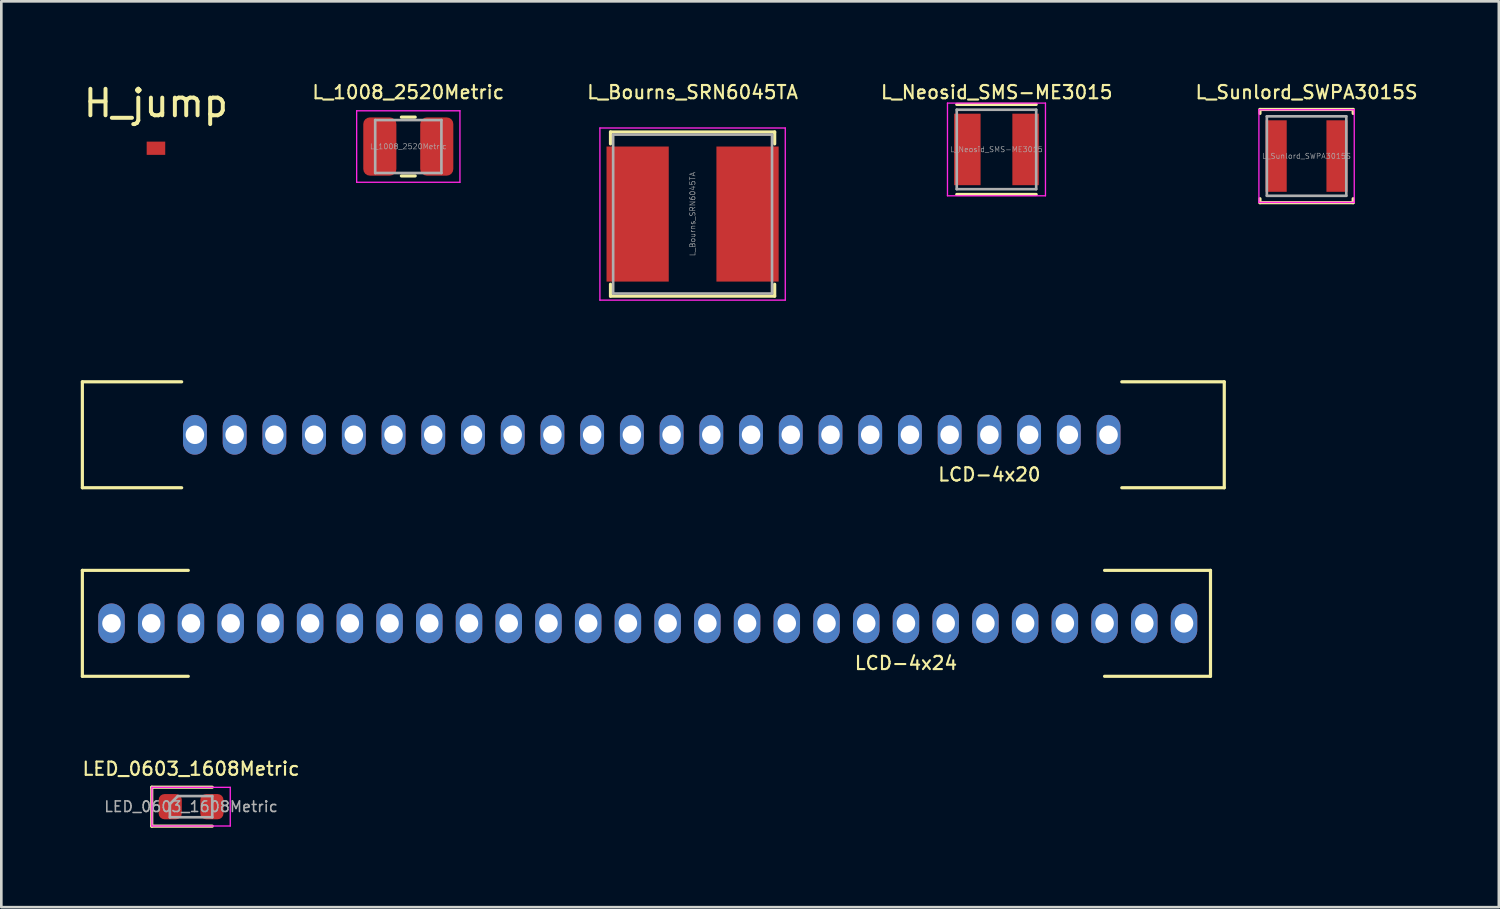
<source format=kicad_pcb>
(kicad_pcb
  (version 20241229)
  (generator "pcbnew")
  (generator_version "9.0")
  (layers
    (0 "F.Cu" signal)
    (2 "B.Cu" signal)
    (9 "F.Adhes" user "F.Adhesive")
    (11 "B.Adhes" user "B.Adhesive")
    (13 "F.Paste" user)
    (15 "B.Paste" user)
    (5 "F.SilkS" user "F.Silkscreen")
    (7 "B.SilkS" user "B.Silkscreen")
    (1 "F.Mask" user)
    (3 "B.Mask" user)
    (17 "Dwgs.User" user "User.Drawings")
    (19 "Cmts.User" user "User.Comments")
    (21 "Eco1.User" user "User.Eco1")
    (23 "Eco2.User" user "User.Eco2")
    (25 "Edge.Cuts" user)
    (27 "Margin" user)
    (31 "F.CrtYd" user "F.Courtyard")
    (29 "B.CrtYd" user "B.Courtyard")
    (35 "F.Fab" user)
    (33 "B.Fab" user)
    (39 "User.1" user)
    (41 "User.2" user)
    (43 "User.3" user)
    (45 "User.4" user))
  (footprint "H_jump"
    (layer "F.Cu")
    (at 2.839 2.548)
    (property "Reference" "H_jump" (at 0 -1.7 0) (layer "F.SilkS") (effects (font (size 1 1) (thickness 0.15))))
    (attr through_hole)
    (pad "1" connect custom (at 0 0) (size 0.7 0.5) (layers "F.Cu" "F.Mask") (options (anchor rect)) (primitives)))
  (footprint "LED_0603_1608Metric"
    (layer "F.Cu")
    (at 4.165 27.411)
    (property "Reference" "LED_0603_1608Metric" (at 0 -1.43 0) (layer "F.SilkS") (effects (font (size 0.5 0.5) (thickness 0.08))))
    (attr smd)
    (fp_line (start -1.485 -0.735) (end -1.485 0.735) (stroke (width 0.12) (type solid)) (layer "F.SilkS"))
    (fp_line (start -1.485 0.735) (end 0.8 0.735) (stroke (width 0.12) (type solid)) (layer "F.SilkS"))
    (fp_line (start 0.8 -0.735) (end -1.485 -0.735) (stroke (width 0.12) (type solid)) (layer "F.SilkS"))
    (fp_line (start -1.48 -0.73) (end 1.48 -0.73) (stroke (width 0.05) (type solid)) (layer "F.CrtYd"))
    (fp_line (start -1.48 0.73) (end -1.48 -0.73) (stroke (width 0.05) (type solid)) (layer "F.CrtYd"))
    (fp_line (start 1.48 -0.73) (end 1.48 0.73) (stroke (width 0.05) (type solid)) (layer "F.CrtYd"))
    (fp_line (start 1.48 0.73) (end -1.48 0.73) (stroke (width 0.05) (type solid)) (layer "F.CrtYd"))
    (fp_line (start -0.8 -0.1) (end -0.8 0.4) (stroke (width 0.1) (type solid)) (layer "F.Fab"))
    (fp_line (start -0.8 0.4) (end 0.8 0.4) (stroke (width 0.1) (type solid)) (layer "F.Fab"))
    (fp_line (start -0.5 -0.4) (end -0.8 -0.1) (stroke (width 0.1) (type solid)) (layer "F.Fab"))
    (fp_line (start 0.8 -0.4) (end -0.5 -0.4) (stroke (width 0.1) (type solid)) (layer "F.Fab"))
    (fp_line (start 0.8 0.4) (end 0.8 -0.4) (stroke (width 0.1) (type solid)) (layer "F.Fab"))
    (fp_text user "${REFERENCE}" (at 0 0 0) (layer "F.Fab") (effects (font (size 0.4 0.4) (thickness 0.06))))
    (pad "1" smd roundrect (at -0.787 0) (size 0.875 0.95) (layers "F.Cu" "F.Mask" "F.Paste") (roundrect_rratio 0.25))
    (pad "2" smd roundrect (at 0.787 0) (size 0.875 0.95) (layers "F.Cu" "F.Mask" "F.Paste") (roundrect_rratio 0.25)))
  (footprint "L_Sunlord_SWPA3015S"
    (layer "F.Cu")
    (at 46.288 2.843)
    (property "Reference" "L_Sunlord_SWPA3015S" (at 0 -2.41 0) (layer "F.SilkS") (effects (font (size 0.5 0.5) (thickness 0.08))))
    (attr smd)
    (fp_line (start -1.76 -1.76) (end -1.76 -1.61) (stroke (width 0.12) (type solid)) (layer "F.SilkS"))
    (fp_line (start -1.76 -1.76) (end 1.76 -1.76) (stroke (width 0.12) (type solid)) (layer "F.SilkS"))
    (fp_line (start -1.76 1.76) (end -1.76 1.61) (stroke (width 0.12) (type solid)) (layer "F.SilkS"))
    (fp_line (start -1.76 1.76) (end 1.76 1.76) (stroke (width 0.12) (type solid)) (layer "F.SilkS"))
    (fp_line (start 1.76 -1.76) (end 1.76 -1.61) (stroke (width 0.12) (type solid)) (layer "F.SilkS"))
    (fp_line (start 1.76 1.76) (end 1.76 1.61) (stroke (width 0.12) (type solid)) (layer "F.SilkS"))
    (fp_line (start -1.8 -1.75) (end -1.8 1.75) (stroke (width 0.05) (type solid)) (layer "F.CrtYd"))
    (fp_line (start -1.8 1.75) (end 1.8 1.75) (stroke (width 0.05) (type solid)) (layer "F.CrtYd"))
    (fp_line (start 1.8 -1.75) (end -1.8 -1.75) (stroke (width 0.05) (type solid)) (layer "F.CrtYd"))
    (fp_line (start 1.8 1.75) (end 1.8 -1.75) (stroke (width 0.05) (type solid)) (layer "F.CrtYd"))
    (fp_line (start -1.5 -1.5) (end -1.5 1.5) (stroke (width 0.1) (type solid)) (layer "F.Fab"))
    (fp_line (start -1.5 1.5) (end 1.5 1.5) (stroke (width 0.1) (type solid)) (layer "F.Fab"))
    (fp_line (start 1.5 -1.5) (end -1.5 -1.5) (stroke (width 0.1) (type solid)) (layer "F.Fab"))
    (fp_line (start 1.5 1.5) (end 1.5 -1.5) (stroke (width 0.1) (type solid)) (layer "F.Fab"))
    (fp_text user "${REFERENCE}" (at 0 0 0) (layer "F.Fab") (effects (font (size 0.2 0.2) (thickness 0.02))))
    (pad "1" smd rect (at -1.15 0) (size 0.8 2.7) (layers "F.Cu" "F.Mask" "F.Paste"))
    (pad "2" smd rect (at 1.15 0) (size 0.8 2.7) (layers "F.Cu" "F.Mask" "F.Paste")))
  (footprint "L_1008_2520Metric"
    (layer "F.Cu")
    (at 12.368 2.483)
    (property "Reference" "L_1008_2520Metric" (at 0 -2.05 0) (layer "F.SilkS") (effects (font (size 0.5 0.5) (thickness 0.08))))
    (attr smd)
    (fp_line (start -0.261 -1.11) (end 0.261 -1.11) (stroke (width 0.12) (type solid)) (layer "F.SilkS"))
    (fp_line (start -0.261 1.11) (end 0.261 1.11) (stroke (width 0.12) (type solid)) (layer "F.SilkS"))
    (fp_line (start -1.95 -1.35) (end 1.95 -1.35) (stroke (width 0.05) (type solid)) (layer "F.CrtYd"))
    (fp_line (start -1.95 1.35) (end -1.95 -1.35) (stroke (width 0.05) (type solid)) (layer "F.CrtYd"))
    (fp_line (start 1.95 -1.35) (end 1.95 1.35) (stroke (width 0.05) (type solid)) (layer "F.CrtYd"))
    (fp_line (start 1.95 1.35) (end -1.95 1.35) (stroke (width 0.05) (type solid)) (layer "F.CrtYd"))
    (fp_line (start -1.25 -1) (end 1.25 -1) (stroke (width 0.1) (type solid)) (layer "F.Fab"))
    (fp_line (start -1.25 1) (end -1.25 -1) (stroke (width 0.1) (type solid)) (layer "F.Fab"))
    (fp_line (start 1.25 -1) (end 1.25 1) (stroke (width 0.1) (type solid)) (layer "F.Fab"))
    (fp_line (start 1.25 1) (end -1.25 1) (stroke (width 0.1) (type solid)) (layer "F.Fab"))
    (fp_text user "${REFERENCE}" (at 0 0 0) (layer "F.Fab") (effects (font (size 0.2 0.2) (thickness 0.02))))
    (pad "1" smd roundrect (at -1.075 0) (size 1.25 2.2) (layers "F.Cu" "F.Mask" "F.Paste") (roundrect_rratio 0.2))
    (pad "2" smd roundrect (at 1.075 0) (size 1.25 2.2) (layers "F.Cu" "F.Mask" "F.Paste") (roundrect_rratio 0.2)))
  (footprint "LCD-4x24"
    (layer "F.Cu")
    (at 1.16 20.488)
    (property "Reference" "LCD-4x24" (at 30 1.5 0) (layer "F.SilkS") (effects (font (size 0.5 0.5) (thickness 0.08))))
    (attr through_hole)
    (fp_line (start -1.1 -2) (end 2.9 -2) (stroke (width 0.12) (type solid)) (layer "F.SilkS"))
    (fp_line (start -1.1 2) (end -1.1 -2) (stroke (width 0.12) (type solid)) (layer "F.SilkS"))
    (fp_line (start -1.1 2) (end 2.9 2) (stroke (width 0.12) (type solid)) (layer "F.SilkS"))
    (fp_line (start 41.5 -2) (end 37.5 -2) (stroke (width 0.12) (type solid)) (layer "F.SilkS"))
    (fp_line (start 41.5 -2) (end 41.5 2) (stroke (width 0.12) (type solid)) (layer "F.SilkS"))
    (fp_line (start 41.5 2) (end 37.5 2) (stroke (width 0.12) (type solid)) (layer "F.SilkS"))
    (pad "1" thru_hole oval (at 0 0) (size 1 1.5) (drill 0.7) (layers "*.Cu" "*.Mask"))
    (pad "2" thru_hole oval (at 1.5 0) (size 1 1.5) (drill 0.7) (layers "*.Cu" "*.Mask"))
    (pad "3" thru_hole oval (at 3 0) (size 1 1.5) (drill 0.7) (layers "*.Cu" "*.Mask"))
    (pad "4" thru_hole oval (at 4.5 0) (size 1 1.5) (drill 0.7) (layers "*.Cu" "*.Mask"))
    (pad "5" thru_hole oval (at 6 0) (size 1 1.5) (drill 0.7) (layers "*.Cu" "*.Mask"))
    (pad "6" thru_hole oval (at 7.5 0) (size 1 1.5) (drill 0.7) (layers "*.Cu" "*.Mask"))
    (pad "7" thru_hole oval (at 9 0) (size 1 1.5) (drill 0.7) (layers "*.Cu" "*.Mask"))
    (pad "8" thru_hole oval (at 10.5 0) (size 1 1.5) (drill 0.7) (layers "*.Cu" "*.Mask"))
    (pad "9" thru_hole oval (at 12 0) (size 1 1.5) (drill 0.7) (layers "*.Cu" "*.Mask"))
    (pad "10" thru_hole oval (at 13.5 0) (size 1 1.5) (drill 0.7) (layers "*.Cu" "*.Mask"))
    (pad "11" thru_hole oval (at 15 0) (size 1 1.5) (drill 0.7) (layers "*.Cu" "*.Mask"))
    (pad "12" thru_hole oval (at 16.5 0) (size 1 1.5) (drill 0.7) (layers "*.Cu" "*.Mask"))
    (pad "13" thru_hole oval (at 18 0) (size 1 1.5) (drill 0.7) (layers "*.Cu" "*.Mask"))
    (pad "14" thru_hole oval (at 19.5 0) (size 1 1.5) (drill 0.7) (layers "*.Cu" "*.Mask"))
    (pad "15" thru_hole oval (at 21 0) (size 1 1.5) (drill 0.7) (layers "*.Cu" "*.Mask"))
    (pad "16" thru_hole oval (at 22.5 0) (size 1 1.5) (drill 0.7) (layers "*.Cu" "*.Mask"))
    (pad "17" thru_hole oval (at 24 0) (size 1 1.5) (drill 0.7) (layers "*.Cu" "*.Mask"))
    (pad "18" thru_hole oval (at 25.5 0) (size 1 1.5) (drill 0.7) (layers "*.Cu" "*.Mask"))
    (pad "19" thru_hole oval (at 27 0) (size 1 1.5) (drill 0.7) (layers "*.Cu" "*.Mask"))
    (pad "20" thru_hole oval (at 28.5 0) (size 1 1.5) (drill 0.7) (layers "*.Cu" "*.Mask"))
    (pad "21" thru_hole oval (at 30 0) (size 1 1.5) (drill 0.7) (layers "*.Cu" "*.Mask"))
    (pad "22" thru_hole oval (at 31.5 0) (size 1 1.5) (drill 0.7) (layers "*.Cu" "*.Mask"))
    (pad "23" thru_hole oval (at 33 0) (size 1 1.5) (drill 0.7) (layers "*.Cu" "*.Mask"))
    (pad "24" thru_hole oval (at 34.5 0) (size 1 1.5) (drill 0.7) (layers "*.Cu" "*.Mask"))
    (pad "25" thru_hole oval (at 36 0) (size 1 1.5) (drill 0.7) (layers "*.Cu" "*.Mask"))
    (pad "26" thru_hole oval (at 37.5 0) (size 1 1.5) (drill 0.7) (layers "*.Cu" "*.Mask"))
    (pad "27" thru_hole oval (at 39 0) (size 1 1.5) (drill 0.7) (layers "*.Cu" "*.Mask"))
    (pad "28" thru_hole oval (at 40.5 0) (size 1 1.5) (drill 0.7) (layers "*.Cu" "*.Mask")))
  (footprint "L_Bourns_SRN6045TA"
    (layer "F.Cu")
    (at 23.103 5.033)
    (property "Reference" "L_Bourns_SRN6045TA" (at 0 -4.6 0) (layer "F.SilkS") (effects (font (size 0.5 0.5) (thickness 0.08))))
    (attr smd)
    (fp_line (start -3.1 -3.1) (end -3.1 -2.65) (stroke (width 0.12) (type solid)) (layer "F.SilkS"))
    (fp_line (start -3.1 -3.1) (end 3.1 -3.1) (stroke (width 0.12) (type solid)) (layer "F.SilkS"))
    (fp_line (start -3.1 3.1) (end -3.1 2.65) (stroke (width 0.12) (type solid)) (layer "F.SilkS"))
    (fp_line (start 3.1 -3.1) (end 3.1 -2.65) (stroke (width 0.12) (type solid)) (layer "F.SilkS"))
    (fp_line (start 3.1 3.1) (end -3.1 3.1) (stroke (width 0.12) (type solid)) (layer "F.SilkS"))
    (fp_line (start 3.1 3.1) (end 3.1 2.65) (stroke (width 0.12) (type solid)) (layer "F.SilkS"))
    (fp_line (start -3.5 -3.25) (end -3.5 3.25) (stroke (width 0.05) (type solid)) (layer "F.CrtYd"))
    (fp_line (start -3.5 3.25) (end 3.5 3.25) (stroke (width 0.05) (type solid)) (layer "F.CrtYd"))
    (fp_line (start 3.5 -3.25) (end -3.5 -3.25) (stroke (width 0.05) (type solid)) (layer "F.CrtYd"))
    (fp_line (start 3.5 3.25) (end 3.5 -3.25) (stroke (width 0.05) (type solid)) (layer "F.CrtYd"))
    (fp_line (start -3 -3) (end -3 3) (stroke (width 0.1) (type solid)) (layer "F.Fab"))
    (fp_line (start -3 -3) (end 3 -3) (stroke (width 0.1) (type solid)) (layer "F.Fab"))
    (fp_line (start -3 3) (end 3 3) (stroke (width 0.1) (type solid)) (layer "F.Fab"))
    (fp_line (start 3 3) (end 3 -3) (stroke (width 0.1) (type solid)) (layer "F.Fab"))
    (fp_text user "${REFERENCE}" (at 0 0 90) (layer "F.Fab") (effects (font (size 0.2 0.2) (thickness 0.02))))
    (pad "1" smd rect (at -2.075 0) (size 2.35 5.1) (layers "F.Cu" "F.Mask" "F.Paste"))
    (pad "2" smd rect (at 2.075 0) (size 2.35 5.1) (layers "F.Cu" "F.Mask" "F.Paste")))
  (footprint "LCD-4x20"
    (layer "F.Cu")
    (at 4.31 13.368)
    (property "Reference" "LCD-4x20" (at 30 1.5 0) (layer "F.SilkS") (effects (font (size 0.5 0.5) (thickness 0.08))))
    (attr through_hole)
    (fp_line (start -4.25 -2) (end -0.5 -2) (stroke (width 0.12) (type solid)) (layer "F.SilkS"))
    (fp_line (start -4.25 2) (end -4.25 -2) (stroke (width 0.12) (type solid)) (layer "F.SilkS"))
    (fp_line (start -4.25 2) (end -0.5 2) (stroke (width 0.12) (type solid)) (layer "F.SilkS"))
    (fp_line (start 38.87 -2) (end 35 -2) (stroke (width 0.12) (type solid)) (layer "F.SilkS"))
    (fp_line (start 38.87 -2) (end 38.87 2) (stroke (width 0.12) (type solid)) (layer "F.SilkS"))
    (fp_line (start 38.87 2) (end 35 2) (stroke (width 0.12) (type solid)) (layer "F.SilkS"))
    (pad "1" thru_hole oval (at 0 0) (size 0.9 1.5) (drill 0.7) (layers "*.Cu" "*.Mask"))
    (pad "2" thru_hole oval (at 1.5 0) (size 0.9 1.5) (drill 0.7) (layers "*.Cu" "*.Mask"))
    (pad "3" thru_hole oval (at 3 0) (size 0.9 1.5) (drill 0.7) (layers "*.Cu" "*.Mask"))
    (pad "4" thru_hole oval (at 4.5 0) (size 0.9 1.5) (drill 0.7) (layers "*.Cu" "*.Mask"))
    (pad "5" thru_hole oval (at 6 0) (size 0.9 1.5) (drill 0.7) (layers "*.Cu" "*.Mask"))
    (pad "6" thru_hole oval (at 7.5 0) (size 0.9 1.5) (drill 0.7) (layers "*.Cu" "*.Mask"))
    (pad "7" thru_hole oval (at 9 0) (size 0.9 1.5) (drill 0.7) (layers "*.Cu" "*.Mask"))
    (pad "8" thru_hole oval (at 10.5 0) (size 0.9 1.5) (drill 0.7) (layers "*.Cu" "*.Mask"))
    (pad "9" thru_hole oval (at 12 0) (size 0.9 1.5) (drill 0.7) (layers "*.Cu" "*.Mask"))
    (pad "10" thru_hole oval (at 13.5 0) (size 0.9 1.5) (drill 0.7) (layers "*.Cu" "*.Mask"))
    (pad "11" thru_hole oval (at 15 0) (size 0.9 1.5) (drill 0.7) (layers "*.Cu" "*.Mask"))
    (pad "12" thru_hole oval (at 16.5 0) (size 0.9 1.5) (drill 0.7) (layers "*.Cu" "*.Mask"))
    (pad "13" thru_hole oval (at 18 0) (size 0.9 1.5) (drill 0.7) (layers "*.Cu" "*.Mask"))
    (pad "14" thru_hole oval (at 19.5 0) (size 0.9 1.5) (drill 0.7) (layers "*.Cu" "*.Mask"))
    (pad "15" thru_hole oval (at 21 0) (size 0.9 1.5) (drill 0.7) (layers "*.Cu" "*.Mask"))
    (pad "16" thru_hole oval (at 22.5 0) (size 0.9 1.5) (drill 0.7) (layers "*.Cu" "*.Mask"))
    (pad "17" thru_hole oval (at 24 0) (size 0.9 1.5) (drill 0.7) (layers "*.Cu" "*.Mask"))
    (pad "18" thru_hole oval (at 25.5 0) (size 0.9 1.5) (drill 0.7) (layers "*.Cu" "*.Mask"))
    (pad "19" thru_hole oval (at 27 0) (size 0.9 1.5) (drill 0.7) (layers "*.Cu" "*.Mask"))
    (pad "20" thru_hole oval (at 28.5 0) (size 0.9 1.5) (drill 0.7) (layers "*.Cu" "*.Mask"))
    (pad "21" thru_hole oval (at 30 0) (size 0.9 1.5) (drill 0.7) (layers "*.Cu" "*.Mask"))
    (pad "22" thru_hole oval (at 31.5 0) (size 0.9 1.5) (drill 0.7) (layers "*.Cu" "*.Mask"))
    (pad "23" thru_hole oval (at 33 0) (size 0.9 1.5) (drill 0.7) (layers "*.Cu" "*.Mask"))
    (pad "24" thru_hole oval (at 34.5 0) (size 0.9 1.5) (drill 0.7) (layers "*.Cu" "*.Mask")))
  (footprint "L_Neosid_SMS-ME3015"
    (layer "F.Cu")
    (at 34.578 2.593)
    (property "Reference" "L_Neosid_SMS-ME3015" (at 0.01 -2.16 0) (layer "F.SilkS") (effects (font (size 0.5 0.5) (thickness 0.08))))
    (attr smd)
    (fp_line (start 1.5 -1.7) (end -1.5 -1.7) (stroke (width 0.12) (type solid)) (layer "F.SilkS"))
    (fp_line (start 1.5 1.7) (end -1.5 1.7) (stroke (width 0.12) (type solid)) (layer "F.SilkS"))
    (fp_line (start -1.85 -1.75) (end -1.85 1.75) (stroke (width 0.05) (type solid)) (layer "F.CrtYd"))
    (fp_line (start -1.85 -1.75) (end 1.85 -1.75) (stroke (width 0.05) (type solid)) (layer "F.CrtYd"))
    (fp_line (start 1.85 1.75) (end -1.85 1.75) (stroke (width 0.05) (type solid)) (layer "F.CrtYd"))
    (fp_line (start 1.85 1.75) (end 1.85 -1.75) (stroke (width 0.05) (type solid)) (layer "F.CrtYd"))
    (fp_line (start -1.5 -1.5) (end -1.5 1.5) (stroke (width 0.1) (type solid)) (layer "F.Fab"))
    (fp_line (start -1.5 1.5) (end 1.5 1.5) (stroke (width 0.1) (type solid)) (layer "F.Fab"))
    (fp_line (start 1.5 -1.5) (end -1.5 -1.5) (stroke (width 0.1) (type solid)) (layer "F.Fab"))
    (fp_line (start 1.5 1.5) (end 1.5 -1.5) (stroke (width 0.1) (type solid)) (layer "F.Fab"))
    (fp_text user "${REFERENCE}" (at 0 0 0) (layer "F.Fab") (effects (font (size 0.2 0.2) (thickness 0.02))))
    (pad "1" smd rect (at -1.1 0) (size 1 2.7) (layers "F.Cu" "F.Mask" "F.Paste"))
    (pad "2" smd rect (at 1.1 0) (size 1 2.7) (layers "F.Cu" "F.Mask" "F.Paste")))
  (gr_rect
    (start -3 -3)
    (end 53.548 31.206)
    (stroke (width 0.1) (type default))
    (fill no)
    (layer "Edge.Cuts")))
</source>
